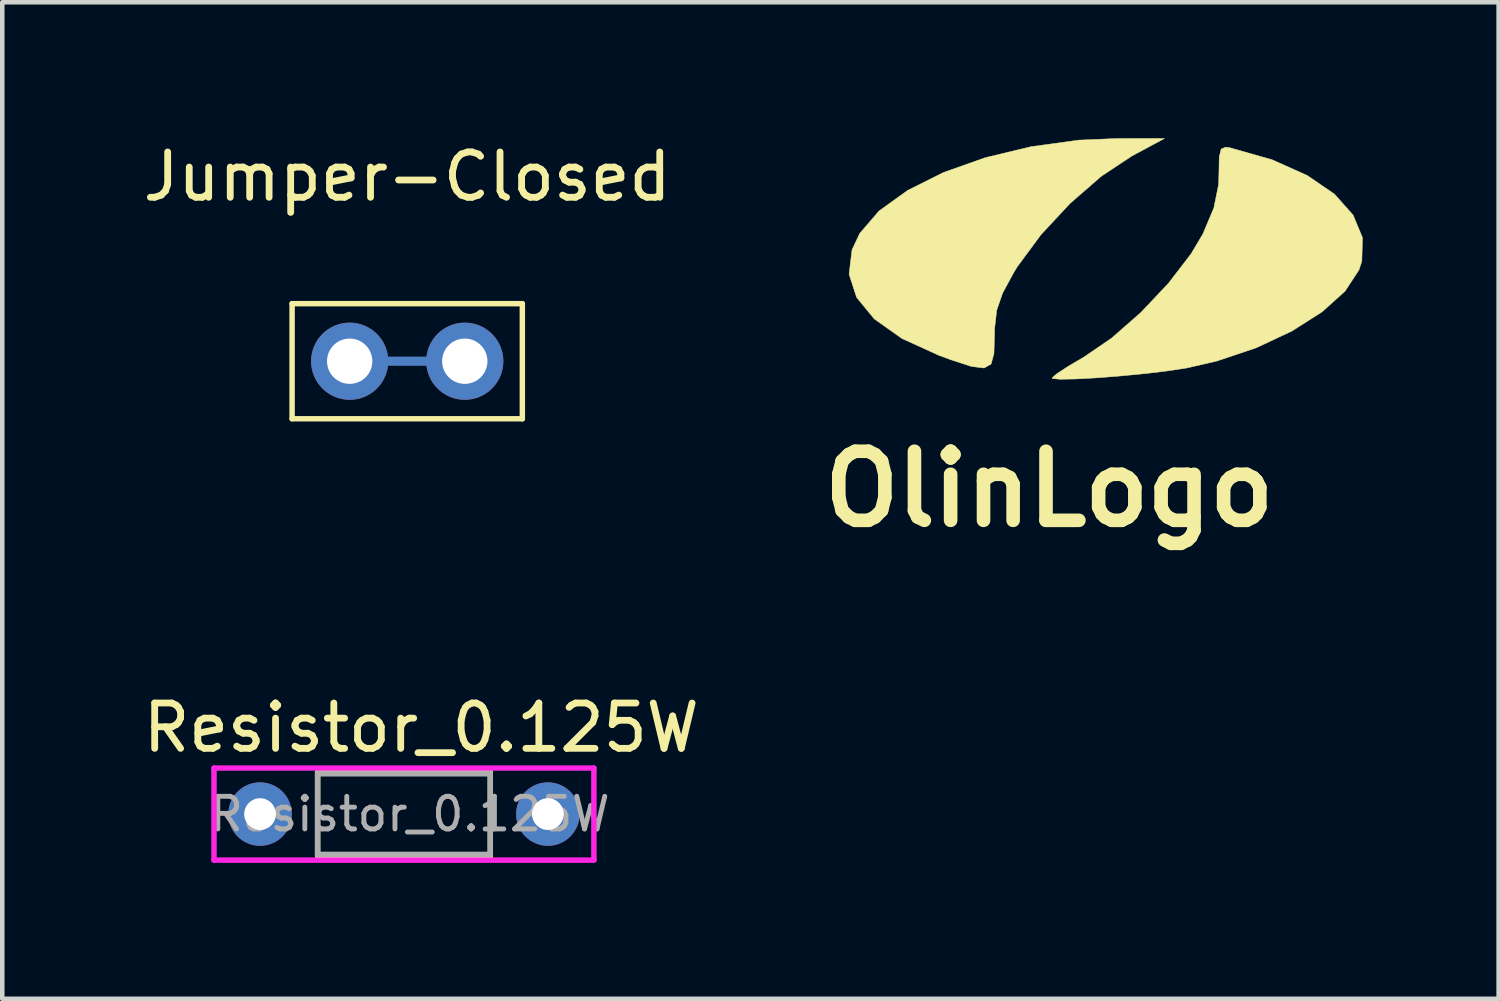
<source format=kicad_pcb>
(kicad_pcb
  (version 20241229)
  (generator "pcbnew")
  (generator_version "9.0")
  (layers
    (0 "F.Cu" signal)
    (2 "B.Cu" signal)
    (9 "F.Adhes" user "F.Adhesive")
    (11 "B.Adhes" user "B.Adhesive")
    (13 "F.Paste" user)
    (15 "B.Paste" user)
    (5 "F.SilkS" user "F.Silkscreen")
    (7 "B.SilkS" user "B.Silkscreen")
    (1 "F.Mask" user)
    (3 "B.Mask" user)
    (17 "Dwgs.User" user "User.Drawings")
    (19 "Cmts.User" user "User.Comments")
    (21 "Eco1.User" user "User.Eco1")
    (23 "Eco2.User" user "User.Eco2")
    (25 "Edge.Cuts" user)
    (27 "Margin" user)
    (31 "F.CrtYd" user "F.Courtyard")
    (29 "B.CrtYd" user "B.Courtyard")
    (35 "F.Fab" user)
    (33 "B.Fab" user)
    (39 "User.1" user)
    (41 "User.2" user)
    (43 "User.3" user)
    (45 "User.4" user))
  (footprint "Jumper-Closed"
    (layer "F.Cu")
    (at 5.935 4.92)
    (property "Reference" "Jumper-Closed" (at 0 -4.072 0) (layer "F.SilkS") (effects (font (size 1 1) (thickness 0.15))))
    (attr through_hole)
    (fp_line (start -1.27 0) (end 1.27 0) (stroke (width 0.203) (type solid)) (layer "B.Cu"))
    (fp_line (start -2.54 -1.27) (end -2.54 1.27) (stroke (width 0.12) (type solid)) (layer "F.SilkS"))
    (fp_line (start -2.54 1.27) (end 2.54 1.27) (stroke (width 0.12) (type solid)) (layer "F.SilkS"))
    (fp_line (start 2.54 -1.27) (end -2.54 -1.27) (stroke (width 0.12) (type solid)) (layer "F.SilkS"))
    (fp_line (start 2.54 1.27) (end 2.54 -1.27) (stroke (width 0.12) (type solid)) (layer "F.SilkS"))
    (pad "1" thru_hole circle (at 1.27 0) (size 1.702 1.702) (drill 1) (layers "*.Cu" "*.Mask"))
    (pad "2" thru_hole circle (at -1.27 0) (size 1.702 1.702) (drill 1) (layers "*.Cu" "*.Mask")))
  (footprint "OlinLogo"
    (layer "F.Cu")
    (at 21.372 2.661)
    (property "Reference" "OlinLogo" (at -1.27 5.08 0) (layer "F.SilkS") (effects (font (size 1.524 1.524) (thickness 0.3))))
    (attr through_hole)
    (fp_poly (pts (xy 1.27 -2.655) (xy 0.545 -2.265) (xy -0.123 -1.822) (xy -0.812 -1.223) (xy -1.453 -0.534) (xy -1.978 0.176) (xy -2.056 0.304) (xy -2.301 0.758) (xy -2.43 1.132) (xy -2.477 1.539) (xy -2.48 1.718) (xy -2.492 2.095) (xy -2.555 2.321) (xy -2.708 2.409) (xy -2.99 2.374) (xy -3.439 2.228) (xy -3.699 2.133) (xy -4.521 1.758) (xy -5.131 1.327) (xy -5.522 0.851) (xy -5.688 0.339) (xy -5.623 -0.199) (xy -5.453 -0.561) (xy -5.027 -1.056) (xy -4.398 -1.509) (xy -3.605 -1.906) (xy -2.684 -2.232) (xy -1.675 -2.475) (xy -0.613 -2.62) (xy 0.242 -2.656) (xy 1.27 -2.655)) (stroke (width 0.01) (type solid)) (fill yes) (layer "F.SilkS"))
    (fp_poly (pts (xy 2.715 -2.451) (xy 3.647 -2.186) (xy 4.421 -1.84) (xy 5.021 -1.429) (xy 5.433 -0.966) (xy 5.64 -0.468) (xy 5.626 0.052) (xy 5.561 0.248) (xy 5.256 0.713) (xy 4.749 1.17) (xy 4.081 1.595) (xy 3.291 1.965) (xy 2.421 2.257) (xy 1.77 2.407) (xy 1.353 2.471) (xy 0.847 2.532) (xy 0.302 2.584) (xy -0.227 2.626) (xy -0.689 2.651) (xy -1.031 2.657) (xy -1.2 2.64) (xy -1.21 2.63) (xy -1.112 2.541) (xy -0.858 2.374) (xy -0.514 2.172) (xy 0.107 1.748) (xy 0.753 1.181) (xy 1.359 0.539) (xy 1.859 -0.112) (xy 2.117 -0.546) (xy 2.361 -1.125) (xy 2.465 -1.641) (xy 2.473 -1.887) (xy 2.479 -2.249) (xy 2.522 -2.423) (xy 2.624 -2.465) (xy 2.715 -2.451)) (stroke (width 0.01) (type solid)) (fill yes) (layer "F.SilkS")))
  (footprint "Resistor_0.125W"
    (layer "F.Cu")
    (at 2.688 14.912)
    (property "Reference" "Resistor_0.125W" (at 3.556 -1.905 0) (layer "F.SilkS") (effects (font (size 1 1) (thickness 0.15))))
    (attr through_hole)
    (fp_line (start 1.27 -0.92) (end 1.27 0.92) (stroke (width 0.12) (type solid)) (layer "F.SilkS"))
    (fp_line (start 1.27 -0.92) (end 5.08 -0.92) (stroke (width 0.12) (type solid)) (layer "F.SilkS"))
    (fp_line (start 5.08 0.92) (end 1.27 0.92) (stroke (width 0.12) (type solid)) (layer "F.SilkS"))
    (fp_line (start 5.08 0.92) (end 5.08 -0.92) (stroke (width 0.12) (type solid)) (layer "F.SilkS"))
    (fp_line (start -1.016 -1.016) (end 7.366 -1.016) (stroke (width 0.12) (type solid)) (layer "F.CrtYd"))
    (fp_line (start -1.016 1.016) (end -1.016 -1.016) (stroke (width 0.12) (type solid)) (layer "F.CrtYd"))
    (fp_line (start 7.366 -1.016) (end 7.366 1.016) (stroke (width 0.12) (type solid)) (layer "F.CrtYd"))
    (fp_line (start 7.366 1.016) (end -1.016 1.016) (stroke (width 0.12) (type solid)) (layer "F.CrtYd"))
    (fp_line (start 1.27 -0.889) (end 5.08 -0.889) (stroke (width 0.12) (type solid)) (layer "F.Fab"))
    (fp_line (start 1.27 0.889) (end 1.27 -0.889) (stroke (width 0.12) (type solid)) (layer "F.Fab"))
    (fp_line (start 5.08 -0.889) (end 5.08 0.889) (stroke (width 0.12) (type solid)) (layer "F.Fab"))
    (fp_line (start 5.08 0.889) (end 1.27 0.889) (stroke (width 0.12) (type solid)) (layer "F.Fab"))
    (fp_text user "${REFERENCE}" (at 3.302 0 0) (layer "F.Fab") (effects (font (size 0.72 0.72) (thickness 0.108))))
    (pad "1" thru_hole circle (at 0 0) (size 1.4 1.4) (drill 0.7) (layers "*.Cu" "*.Mask"))
    (pad "2" thru_hole oval (at 6.35 0) (size 1.4 1.4) (drill 0.7) (layers "*.Cu" "*.Mask")))
  (gr_rect
    (start -3 -3)
    (end 30.016 18.988)
    (stroke (width 0.1) (type default))
    (fill no)
    (layer "Edge.Cuts")))
</source>
